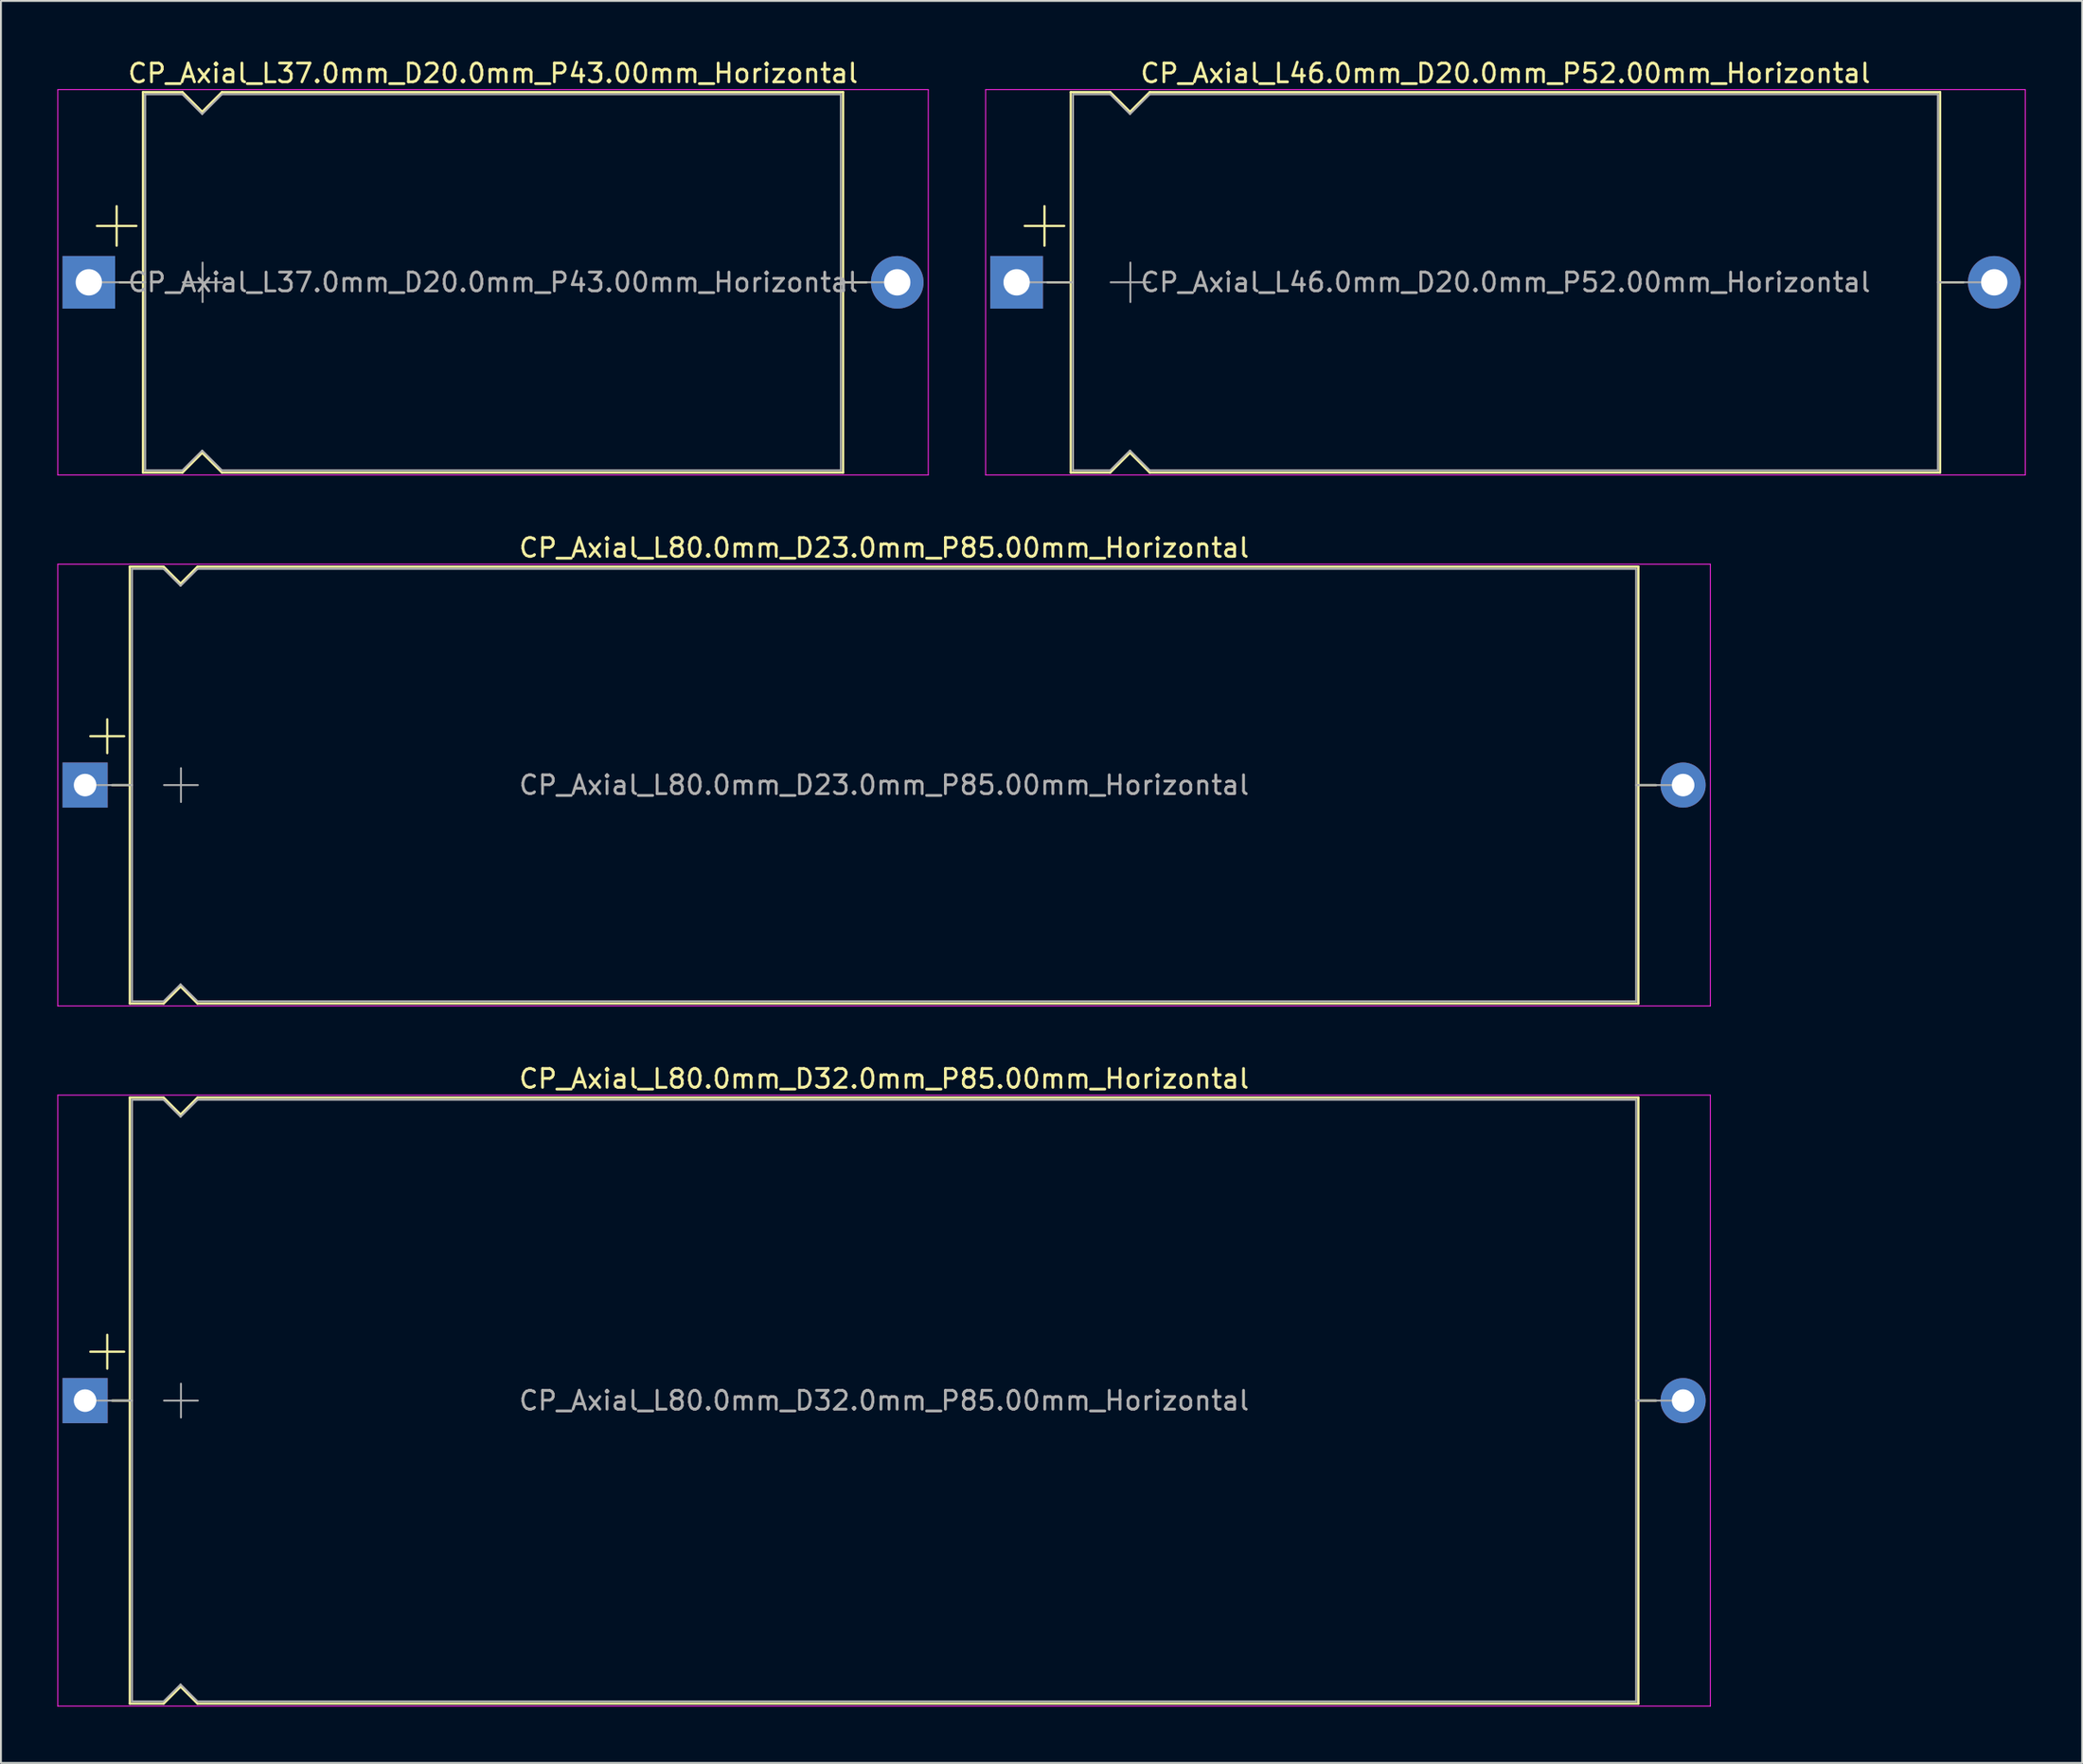
<source format=kicad_pcb>
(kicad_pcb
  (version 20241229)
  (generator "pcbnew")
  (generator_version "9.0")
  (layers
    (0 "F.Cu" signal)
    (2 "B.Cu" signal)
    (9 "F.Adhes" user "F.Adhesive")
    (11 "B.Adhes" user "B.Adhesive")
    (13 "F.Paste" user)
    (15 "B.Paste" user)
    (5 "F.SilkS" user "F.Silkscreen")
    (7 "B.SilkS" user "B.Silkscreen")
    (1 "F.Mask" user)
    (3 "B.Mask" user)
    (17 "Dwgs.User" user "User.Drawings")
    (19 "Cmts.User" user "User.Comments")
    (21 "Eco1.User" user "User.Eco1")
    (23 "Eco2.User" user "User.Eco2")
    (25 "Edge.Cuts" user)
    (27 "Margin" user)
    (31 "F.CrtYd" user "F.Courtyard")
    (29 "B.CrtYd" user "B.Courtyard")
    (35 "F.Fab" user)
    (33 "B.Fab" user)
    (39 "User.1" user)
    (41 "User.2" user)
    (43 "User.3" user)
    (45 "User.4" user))
  (footprint "CP_Axial_L46.0mm_D20.0mm_P52.00mm_Horizontal"
    (layer "F.Cu")
    (at 51.025 11.968)
    (property "Reference" "CP_Axial_L46.0mm_D20.0mm_P52.00mm_Horizontal" (at 26 -11.12 0) (layer "F.SilkS") (effects (font (size 1 1) (thickness 0.15))))
    (attr through_hole)
    (fp_line (start 0.43 -3) (end 2.53 -3) (stroke (width 0.12) (type solid)) (layer "F.SilkS"))
    (fp_line (start 1.48 -4.05) (end 1.48 -1.95) (stroke (width 0.12) (type solid)) (layer "F.SilkS"))
    (fp_line (start 1.64 0) (end 2.88 0) (stroke (width 0.12) (type solid)) (layer "F.SilkS"))
    (fp_line (start 2.88 -10.12) (end 2.88 10.12) (stroke (width 0.12) (type solid)) (layer "F.SilkS"))
    (fp_line (start 2.88 -10.12) (end 4.98 -10.12) (stroke (width 0.12) (type solid)) (layer "F.SilkS"))
    (fp_line (start 2.88 10.12) (end 4.98 10.12) (stroke (width 0.12) (type solid)) (layer "F.SilkS"))
    (fp_line (start 4.98 -10.12) (end 6.03 -9.07) (stroke (width 0.12) (type solid)) (layer "F.SilkS"))
    (fp_line (start 4.98 10.12) (end 6.03 9.07) (stroke (width 0.12) (type solid)) (layer "F.SilkS"))
    (fp_line (start 6.03 -9.07) (end 7.08 -10.12) (stroke (width 0.12) (type solid)) (layer "F.SilkS"))
    (fp_line (start 6.03 9.07) (end 7.08 10.12) (stroke (width 0.12) (type solid)) (layer "F.SilkS"))
    (fp_line (start 7.08 -10.12) (end 49.12 -10.12) (stroke (width 0.12) (type solid)) (layer "F.SilkS"))
    (fp_line (start 7.08 10.12) (end 49.12 10.12) (stroke (width 0.12) (type solid)) (layer "F.SilkS"))
    (fp_line (start 49.12 -10.12) (end 49.12 10.12) (stroke (width 0.12) (type solid)) (layer "F.SilkS"))
    (fp_line (start 50.36 0) (end 49.12 0) (stroke (width 0.12) (type solid)) (layer "F.SilkS"))
    (fp_line (start -1.65 -10.25) (end -1.65 10.25) (stroke (width 0.05) (type solid)) (layer "F.CrtYd"))
    (fp_line (start -1.65 10.25) (end 53.65 10.25) (stroke (width 0.05) (type solid)) (layer "F.CrtYd"))
    (fp_line (start 53.65 -10.25) (end -1.65 -10.25) (stroke (width 0.05) (type solid)) (layer "F.CrtYd"))
    (fp_line (start 53.65 10.25) (end 53.65 -10.25) (stroke (width 0.05) (type solid)) (layer "F.CrtYd"))
    (fp_line (start 0 0) (end 3 0) (stroke (width 0.1) (type solid)) (layer "F.Fab"))
    (fp_line (start 3 -10) (end 3 10) (stroke (width 0.1) (type solid)) (layer "F.Fab"))
    (fp_line (start 3 -10) (end 4.98 -10) (stroke (width 0.1) (type solid)) (layer "F.Fab"))
    (fp_line (start 3 10) (end 4.98 10) (stroke (width 0.1) (type solid)) (layer "F.Fab"))
    (fp_line (start 4.98 -10) (end 6.03 -8.95) (stroke (width 0.1) (type solid)) (layer "F.Fab"))
    (fp_line (start 4.98 10) (end 6.03 8.95) (stroke (width 0.1) (type solid)) (layer "F.Fab"))
    (fp_line (start 5 0) (end 7.1 0) (stroke (width 0.1) (type solid)) (layer "F.Fab"))
    (fp_line (start 6.03 -8.95) (end 7.08 -10) (stroke (width 0.1) (type solid)) (layer "F.Fab"))
    (fp_line (start 6.03 8.95) (end 7.08 10) (stroke (width 0.1) (type solid)) (layer "F.Fab"))
    (fp_line (start 6.05 -1.05) (end 6.05 1.05) (stroke (width 0.1) (type solid)) (layer "F.Fab"))
    (fp_line (start 7.08 -10) (end 49 -10) (stroke (width 0.1) (type solid)) (layer "F.Fab"))
    (fp_line (start 7.08 10) (end 49 10) (stroke (width 0.1) (type solid)) (layer "F.Fab"))
    (fp_line (start 49 -10) (end 49 10) (stroke (width 0.1) (type solid)) (layer "F.Fab"))
    (fp_line (start 52 0) (end 49 0) (stroke (width 0.1) (type solid)) (layer "F.Fab"))
    (fp_text user "${REFERENCE}" (at 26 0 0) (layer "F.Fab") (effects (font (size 1 1) (thickness 0.15))))
    (pad "1" thru_hole rect (at 0 0) (size 2.8 2.8) (drill 1.4) (layers "*.Cu" "*.Mask"))
    (pad "2" thru_hole oval (at 52 0) (size 2.8 2.8) (drill 1.4) (layers "*.Cu" "*.Mask")))
  (footprint "CP_Axial_L80.0mm_D23.0mm_P85.00mm_Horizontal"
    (layer "F.Cu")
    (at 1.475 38.712)
    (property "Reference" "CP_Axial_L80.0mm_D23.0mm_P85.00mm_Horizontal" (at 42.5 -12.62 0) (layer "F.SilkS") (effects (font (size 1 1) (thickness 0.15))))
    (attr through_hole)
    (fp_line (start 0.28 -2.6) (end 2.08 -2.6) (stroke (width 0.12) (type solid)) (layer "F.SilkS"))
    (fp_line (start 1.18 -3.5) (end 1.18 -1.7) (stroke (width 0.12) (type solid)) (layer "F.SilkS"))
    (fp_line (start 1.44 0) (end 2.38 0) (stroke (width 0.12) (type solid)) (layer "F.SilkS"))
    (fp_line (start 2.38 -11.62) (end 2.38 11.62) (stroke (width 0.12) (type solid)) (layer "F.SilkS"))
    (fp_line (start 2.38 -11.62) (end 4.18 -11.62) (stroke (width 0.12) (type solid)) (layer "F.SilkS"))
    (fp_line (start 2.38 11.62) (end 4.18 11.62) (stroke (width 0.12) (type solid)) (layer "F.SilkS"))
    (fp_line (start 4.18 -11.62) (end 5.08 -10.72) (stroke (width 0.12) (type solid)) (layer "F.SilkS"))
    (fp_line (start 4.18 11.62) (end 5.08 10.72) (stroke (width 0.12) (type solid)) (layer "F.SilkS"))
    (fp_line (start 5.08 -10.72) (end 5.98 -11.62) (stroke (width 0.12) (type solid)) (layer "F.SilkS"))
    (fp_line (start 5.08 10.72) (end 5.98 11.62) (stroke (width 0.12) (type solid)) (layer "F.SilkS"))
    (fp_line (start 5.98 -11.62) (end 82.62 -11.62) (stroke (width 0.12) (type solid)) (layer "F.SilkS"))
    (fp_line (start 5.98 11.62) (end 82.62 11.62) (stroke (width 0.12) (type solid)) (layer "F.SilkS"))
    (fp_line (start 82.62 -11.62) (end 82.62 11.62) (stroke (width 0.12) (type solid)) (layer "F.SilkS"))
    (fp_line (start 83.56 0) (end 82.62 0) (stroke (width 0.12) (type solid)) (layer "F.SilkS"))
    (fp_line (start -1.45 -11.75) (end -1.45 11.75) (stroke (width 0.05) (type solid)) (layer "F.CrtYd"))
    (fp_line (start -1.45 11.75) (end 86.45 11.75) (stroke (width 0.05) (type solid)) (layer "F.CrtYd"))
    (fp_line (start 86.45 -11.75) (end -1.45 -11.75) (stroke (width 0.05) (type solid)) (layer "F.CrtYd"))
    (fp_line (start 86.45 11.75) (end 86.45 -11.75) (stroke (width 0.05) (type solid)) (layer "F.CrtYd"))
    (fp_line (start 0 0) (end 2.5 0) (stroke (width 0.1) (type solid)) (layer "F.Fab"))
    (fp_line (start 2.5 -11.5) (end 2.5 11.5) (stroke (width 0.1) (type solid)) (layer "F.Fab"))
    (fp_line (start 2.5 -11.5) (end 4.18 -11.5) (stroke (width 0.1) (type solid)) (layer "F.Fab"))
    (fp_line (start 2.5 11.5) (end 4.18 11.5) (stroke (width 0.1) (type solid)) (layer "F.Fab"))
    (fp_line (start 4.18 -11.5) (end 5.08 -10.6) (stroke (width 0.1) (type solid)) (layer "F.Fab"))
    (fp_line (start 4.18 11.5) (end 5.08 10.6) (stroke (width 0.1) (type solid)) (layer "F.Fab"))
    (fp_line (start 4.2 0) (end 6 0) (stroke (width 0.1) (type solid)) (layer "F.Fab"))
    (fp_line (start 5.08 -10.6) (end 5.98 -11.5) (stroke (width 0.1) (type solid)) (layer "F.Fab"))
    (fp_line (start 5.08 10.6) (end 5.98 11.5) (stroke (width 0.1) (type solid)) (layer "F.Fab"))
    (fp_line (start 5.1 -0.9) (end 5.1 0.9) (stroke (width 0.1) (type solid)) (layer "F.Fab"))
    (fp_line (start 5.98 -11.5) (end 82.5 -11.5) (stroke (width 0.1) (type solid)) (layer "F.Fab"))
    (fp_line (start 5.98 11.5) (end 82.5 11.5) (stroke (width 0.1) (type solid)) (layer "F.Fab"))
    (fp_line (start 82.5 -11.5) (end 82.5 11.5) (stroke (width 0.1) (type solid)) (layer "F.Fab"))
    (fp_line (start 85 0) (end 82.5 0) (stroke (width 0.1) (type solid)) (layer "F.Fab"))
    (fp_text user "${REFERENCE}" (at 42.5 0 0) (layer "F.Fab") (effects (font (size 1 1) (thickness 0.15))))
    (pad "1" thru_hole rect (at 0 0) (size 2.4 2.4) (drill 1.2) (layers "*.Cu" "*.Mask"))
    (pad "2" thru_hole oval (at 85 0) (size 2.4 2.4) (drill 1.2) (layers "*.Cu" "*.Mask")))
  (footprint "CP_Axial_L80.0mm_D32.0mm_P85.00mm_Horizontal"
    (layer "F.Cu")
    (at 1.475 71.455)
    (property "Reference" "CP_Axial_L80.0mm_D32.0mm_P85.00mm_Horizontal" (at 42.5 -17.12 0) (layer "F.SilkS") (effects (font (size 1 1) (thickness 0.15))))
    (attr through_hole)
    (fp_line (start 0.28 -2.6) (end 2.08 -2.6) (stroke (width 0.12) (type solid)) (layer "F.SilkS"))
    (fp_line (start 1.18 -3.5) (end 1.18 -1.7) (stroke (width 0.12) (type solid)) (layer "F.SilkS"))
    (fp_line (start 1.44 0) (end 2.38 0) (stroke (width 0.12) (type solid)) (layer "F.SilkS"))
    (fp_line (start 2.38 -16.12) (end 2.38 16.12) (stroke (width 0.12) (type solid)) (layer "F.SilkS"))
    (fp_line (start 2.38 -16.12) (end 4.18 -16.12) (stroke (width 0.12) (type solid)) (layer "F.SilkS"))
    (fp_line (start 2.38 16.12) (end 4.18 16.12) (stroke (width 0.12) (type solid)) (layer "F.SilkS"))
    (fp_line (start 4.18 -16.12) (end 5.08 -15.22) (stroke (width 0.12) (type solid)) (layer "F.SilkS"))
    (fp_line (start 4.18 16.12) (end 5.08 15.22) (stroke (width 0.12) (type solid)) (layer "F.SilkS"))
    (fp_line (start 5.08 -15.22) (end 5.98 -16.12) (stroke (width 0.12) (type solid)) (layer "F.SilkS"))
    (fp_line (start 5.08 15.22) (end 5.98 16.12) (stroke (width 0.12) (type solid)) (layer "F.SilkS"))
    (fp_line (start 5.98 -16.12) (end 82.62 -16.12) (stroke (width 0.12) (type solid)) (layer "F.SilkS"))
    (fp_line (start 5.98 16.12) (end 82.62 16.12) (stroke (width 0.12) (type solid)) (layer "F.SilkS"))
    (fp_line (start 82.62 -16.12) (end 82.62 16.12) (stroke (width 0.12) (type solid)) (layer "F.SilkS"))
    (fp_line (start 83.56 0) (end 82.62 0) (stroke (width 0.12) (type solid)) (layer "F.SilkS"))
    (fp_line (start -1.45 -16.25) (end -1.45 16.25) (stroke (width 0.05) (type solid)) (layer "F.CrtYd"))
    (fp_line (start -1.45 16.25) (end 86.45 16.25) (stroke (width 0.05) (type solid)) (layer "F.CrtYd"))
    (fp_line (start 86.45 -16.25) (end -1.45 -16.25) (stroke (width 0.05) (type solid)) (layer "F.CrtYd"))
    (fp_line (start 86.45 16.25) (end 86.45 -16.25) (stroke (width 0.05) (type solid)) (layer "F.CrtYd"))
    (fp_line (start 0 0) (end 2.5 0) (stroke (width 0.1) (type solid)) (layer "F.Fab"))
    (fp_line (start 2.5 -16) (end 2.5 16) (stroke (width 0.1) (type solid)) (layer "F.Fab"))
    (fp_line (start 2.5 -16) (end 4.18 -16) (stroke (width 0.1) (type solid)) (layer "F.Fab"))
    (fp_line (start 2.5 16) (end 4.18 16) (stroke (width 0.1) (type solid)) (layer "F.Fab"))
    (fp_line (start 4.18 -16) (end 5.08 -15.1) (stroke (width 0.1) (type solid)) (layer "F.Fab"))
    (fp_line (start 4.18 16) (end 5.08 15.1) (stroke (width 0.1) (type solid)) (layer "F.Fab"))
    (fp_line (start 4.2 0) (end 6 0) (stroke (width 0.1) (type solid)) (layer "F.Fab"))
    (fp_line (start 5.08 -15.1) (end 5.98 -16) (stroke (width 0.1) (type solid)) (layer "F.Fab"))
    (fp_line (start 5.08 15.1) (end 5.98 16) (stroke (width 0.1) (type solid)) (layer "F.Fab"))
    (fp_line (start 5.1 -0.9) (end 5.1 0.9) (stroke (width 0.1) (type solid)) (layer "F.Fab"))
    (fp_line (start 5.98 -16) (end 82.5 -16) (stroke (width 0.1) (type solid)) (layer "F.Fab"))
    (fp_line (start 5.98 16) (end 82.5 16) (stroke (width 0.1) (type solid)) (layer "F.Fab"))
    (fp_line (start 82.5 -16) (end 82.5 16) (stroke (width 0.1) (type solid)) (layer "F.Fab"))
    (fp_line (start 85 0) (end 82.5 0) (stroke (width 0.1) (type solid)) (layer "F.Fab"))
    (fp_text user "${REFERENCE}" (at 42.5 0 0) (layer "F.Fab") (effects (font (size 1 1) (thickness 0.15))))
    (pad "1" thru_hole rect (at 0 0) (size 2.4 2.4) (drill 1.2) (layers "*.Cu" "*.Mask"))
    (pad "2" thru_hole oval (at 85 0) (size 2.4 2.4) (drill 1.2) (layers "*.Cu" "*.Mask")))
  (footprint "CP_Axial_L37.0mm_D20.0mm_P43.00mm_Horizontal"
    (layer "F.Cu")
    (at 1.675 11.968)
    (property "Reference" "CP_Axial_L37.0mm_D20.0mm_P43.00mm_Horizontal" (at 21.5 -11.12 0) (layer "F.SilkS") (effects (font (size 1 1) (thickness 0.15))))
    (attr through_hole)
    (fp_line (start 0.43 -3) (end 2.53 -3) (stroke (width 0.12) (type solid)) (layer "F.SilkS"))
    (fp_line (start 1.48 -4.05) (end 1.48 -1.95) (stroke (width 0.12) (type solid)) (layer "F.SilkS"))
    (fp_line (start 1.64 0) (end 2.88 0) (stroke (width 0.12) (type solid)) (layer "F.SilkS"))
    (fp_line (start 2.88 -10.12) (end 2.88 10.12) (stroke (width 0.12) (type solid)) (layer "F.SilkS"))
    (fp_line (start 2.88 -10.12) (end 4.98 -10.12) (stroke (width 0.12) (type solid)) (layer "F.SilkS"))
    (fp_line (start 2.88 10.12) (end 4.98 10.12) (stroke (width 0.12) (type solid)) (layer "F.SilkS"))
    (fp_line (start 4.98 -10.12) (end 6.03 -9.07) (stroke (width 0.12) (type solid)) (layer "F.SilkS"))
    (fp_line (start 4.98 10.12) (end 6.03 9.07) (stroke (width 0.12) (type solid)) (layer "F.SilkS"))
    (fp_line (start 6.03 -9.07) (end 7.08 -10.12) (stroke (width 0.12) (type solid)) (layer "F.SilkS"))
    (fp_line (start 6.03 9.07) (end 7.08 10.12) (stroke (width 0.12) (type solid)) (layer "F.SilkS"))
    (fp_line (start 7.08 -10.12) (end 40.12 -10.12) (stroke (width 0.12) (type solid)) (layer "F.SilkS"))
    (fp_line (start 7.08 10.12) (end 40.12 10.12) (stroke (width 0.12) (type solid)) (layer "F.SilkS"))
    (fp_line (start 40.12 -10.12) (end 40.12 10.12) (stroke (width 0.12) (type solid)) (layer "F.SilkS"))
    (fp_line (start 41.36 0) (end 40.12 0) (stroke (width 0.12) (type solid)) (layer "F.SilkS"))
    (fp_line (start -1.65 -10.25) (end -1.65 10.25) (stroke (width 0.05) (type solid)) (layer "F.CrtYd"))
    (fp_line (start -1.65 10.25) (end 44.65 10.25) (stroke (width 0.05) (type solid)) (layer "F.CrtYd"))
    (fp_line (start 44.65 -10.25) (end -1.65 -10.25) (stroke (width 0.05) (type solid)) (layer "F.CrtYd"))
    (fp_line (start 44.65 10.25) (end 44.65 -10.25) (stroke (width 0.05) (type solid)) (layer "F.CrtYd"))
    (fp_line (start 0 0) (end 3 0) (stroke (width 0.1) (type solid)) (layer "F.Fab"))
    (fp_line (start 3 -10) (end 3 10) (stroke (width 0.1) (type solid)) (layer "F.Fab"))
    (fp_line (start 3 -10) (end 4.98 -10) (stroke (width 0.1) (type solid)) (layer "F.Fab"))
    (fp_line (start 3 10) (end 4.98 10) (stroke (width 0.1) (type solid)) (layer "F.Fab"))
    (fp_line (start 4.98 -10) (end 6.03 -8.95) (stroke (width 0.1) (type solid)) (layer "F.Fab"))
    (fp_line (start 4.98 10) (end 6.03 8.95) (stroke (width 0.1) (type solid)) (layer "F.Fab"))
    (fp_line (start 5 0) (end 7.1 0) (stroke (width 0.1) (type solid)) (layer "F.Fab"))
    (fp_line (start 6.03 -8.95) (end 7.08 -10) (stroke (width 0.1) (type solid)) (layer "F.Fab"))
    (fp_line (start 6.03 8.95) (end 7.08 10) (stroke (width 0.1) (type solid)) (layer "F.Fab"))
    (fp_line (start 6.05 -1.05) (end 6.05 1.05) (stroke (width 0.1) (type solid)) (layer "F.Fab"))
    (fp_line (start 7.08 -10) (end 40 -10) (stroke (width 0.1) (type solid)) (layer "F.Fab"))
    (fp_line (start 7.08 10) (end 40 10) (stroke (width 0.1) (type solid)) (layer "F.Fab"))
    (fp_line (start 40 -10) (end 40 10) (stroke (width 0.1) (type solid)) (layer "F.Fab"))
    (fp_line (start 43 0) (end 40 0) (stroke (width 0.1) (type solid)) (layer "F.Fab"))
    (fp_text user "${REFERENCE}" (at 21.5 0 0) (layer "F.Fab") (effects (font (size 1 1) (thickness 0.15))))
    (pad "1" thru_hole rect (at 0 0) (size 2.8 2.8) (drill 1.4) (layers "*.Cu" "*.Mask"))
    (pad "2" thru_hole oval (at 43 0) (size 2.8 2.8) (drill 1.4) (layers "*.Cu" "*.Mask")))
  (gr_rect
    (start -3 -3)
    (end 107.7 90.73)
    (stroke (width 0.1) (type default))
    (fill no)
    (layer "Edge.Cuts")))
</source>
